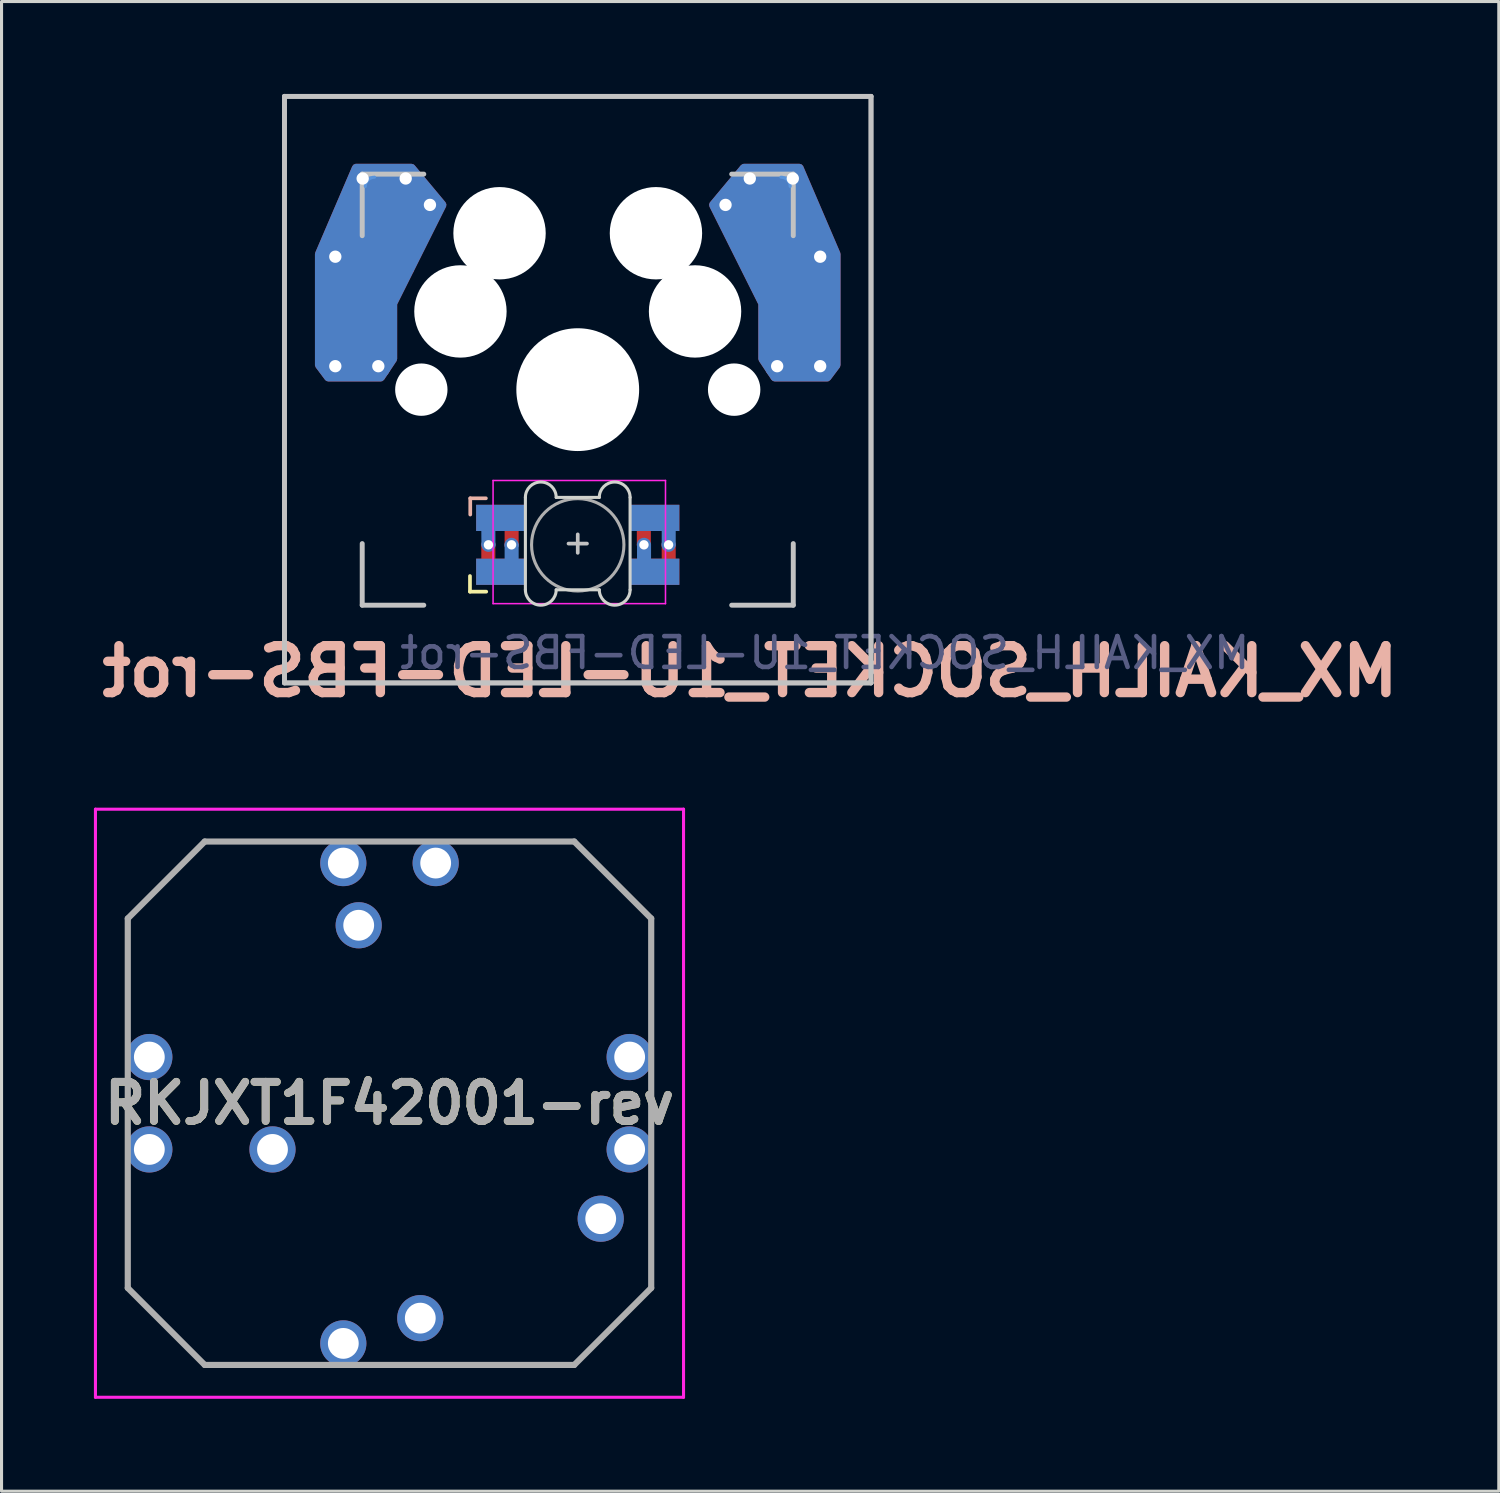
<source format=kicad_pcb>
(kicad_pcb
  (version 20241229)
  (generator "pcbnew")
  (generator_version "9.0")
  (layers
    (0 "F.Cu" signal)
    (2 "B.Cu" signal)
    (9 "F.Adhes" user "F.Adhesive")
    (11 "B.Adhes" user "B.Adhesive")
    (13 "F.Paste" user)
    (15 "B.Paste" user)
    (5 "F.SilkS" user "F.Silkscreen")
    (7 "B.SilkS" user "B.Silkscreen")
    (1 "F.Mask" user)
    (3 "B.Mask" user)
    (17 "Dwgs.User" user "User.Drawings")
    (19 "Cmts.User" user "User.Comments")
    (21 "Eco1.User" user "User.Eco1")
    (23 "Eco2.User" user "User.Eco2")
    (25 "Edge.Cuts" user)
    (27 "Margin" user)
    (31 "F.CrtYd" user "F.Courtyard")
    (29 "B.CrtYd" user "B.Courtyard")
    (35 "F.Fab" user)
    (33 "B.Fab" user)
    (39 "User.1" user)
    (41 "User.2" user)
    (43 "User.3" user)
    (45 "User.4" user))
  (footprint "RKJXT1F42001-rev"
    (layer "F.Cu")
    (at 9.6 32.781)
    (property "Reference" "RKJXT1F42001-rev" (at 0 0 0) (layer "F.SilkS") (effects (font (size 1.27 1.27) (thickness 0.254))))
    (attr through_hole)
    (fp_line (start -8.5 -6) (end -6 -8.5) (stroke (width 0.1) (type solid)) (layer "F.SilkS"))
    (fp_line (start -8.5 -2.5) (end -8.5 -6) (stroke (width 0.1) (type solid)) (layer "F.SilkS"))
    (fp_line (start -8.5 -0.5) (end -8.5 0.5) (stroke (width 0.1) (type solid)) (layer "F.SilkS"))
    (fp_line (start -8.5 2.5) (end -8.5 6) (stroke (width 0.1) (type solid)) (layer "F.SilkS"))
    (fp_line (start -8.5 6) (end -6 8.5) (stroke (width 0.1) (type solid)) (layer "F.SilkS"))
    (fp_line (start -6 -8.5) (end -2.5 -8.5) (stroke (width 0.1) (type solid)) (layer "F.SilkS"))
    (fp_line (start -6 8.5) (end -2.5 8.5) (stroke (width 0.1) (type solid)) (layer "F.SilkS"))
    (fp_line (start -0.5 8.5) (end 6 8.5) (stroke (width 0.1) (type solid)) (layer "F.SilkS"))
    (fp_line (start 2.5 -8.5) (end 6 -8.5) (stroke (width 0.1) (type solid)) (layer "F.SilkS"))
    (fp_line (start 6 -8.5) (end 8.5 -6) (stroke (width 0.1) (type solid)) (layer "F.SilkS"))
    (fp_line (start 6 8.5) (end 8.5 6) (stroke (width 0.1) (type solid)) (layer "F.SilkS"))
    (fp_line (start 8.5 -6) (end 8.5 -2.5) (stroke (width 0.1) (type solid)) (layer "F.SilkS"))
    (fp_line (start 8.5 -0.5) (end 8.5 0.5) (stroke (width 0.1) (type solid)) (layer "F.SilkS"))
    (fp_line (start 8.5 6) (end 8.5 2.5) (stroke (width 0.1) (type solid)) (layer "F.SilkS"))
    (fp_line (start -9.55 -9.55) (end 9.55 -9.55) (stroke (width 0.1) (type solid)) (layer "F.CrtYd"))
    (fp_line (start -9.55 9.55) (end -9.55 -9.55) (stroke (width 0.1) (type solid)) (layer "F.CrtYd"))
    (fp_line (start 9.55 -9.55) (end 9.55 9.55) (stroke (width 0.1) (type solid)) (layer "F.CrtYd"))
    (fp_line (start 9.55 9.55) (end -9.55 9.55) (stroke (width 0.1) (type solid)) (layer "F.CrtYd"))
    (fp_line (start -8.5 -6) (end -8.5 6) (stroke (width 0.2) (type solid)) (layer "F.Fab"))
    (fp_line (start -8.5 -6) (end -6 -8.5) (stroke (width 0.2) (type solid)) (layer "F.Fab"))
    (fp_line (start -6 -8.5) (end 6 -8.5) (stroke (width 0.2) (type solid)) (layer "F.Fab"))
    (fp_line (start -6 8.5) (end -8.5 6) (stroke (width 0.2) (type solid)) (layer "F.Fab"))
    (fp_line (start -6 8.5) (end 6 8.5) (stroke (width 0.2) (type solid)) (layer "F.Fab"))
    (fp_line (start 6 -8.5) (end 8.5 -6) (stroke (width 0.2) (type solid)) (layer "F.Fab"))
    (fp_line (start 6 8.5) (end 8.5 6) (stroke (width 0.2) (type solid)) (layer "F.Fab"))
    (fp_line (start 8.5 6) (end 8.5 -6) (stroke (width 0.2) (type solid)) (layer "F.Fab"))
    (fp_text user "${REFERENCE}" (at 0 0 0) (layer "F.Fab") (effects (font (size 1.27 1.27) (thickness 0.254))))
    (fp_text user "ENCB" (at 4.95 -1.45 0) (unlocked yes) (layer "User.8") (effects (font (size 1 1) (thickness 0.15))))
    (fp_text user "GND" (at 4.5 3.8 0) (unlocked yes) (layer "User.8") (effects (font (size 1 1) (thickness 0.15))))
    (fp_text user "ENC A" (at -6.225 3.225 0) (unlocked yes) (layer "User.8") (effects (font (size 1 1) (thickness 0.15))))
    (fp_text user "B" (at 6.2 1.55 0) (unlocked yes) (layer "User.8") (effects (font (size 1 1) (thickness 0.15))))
    (fp_text user "C" (at 2.775 -7.65 0) (unlocked yes) (layer "User.8") (effects (font (size 1 1) (thickness 0.15))))
    (fp_text user "PUSH" (at 3.65 7.05 0) (unlocked yes) (layer "User.8") (effects (font (size 1 1) (thickness 0.15))))
    (fp_text user "COM" (at -3.25 -5.7 0) (unlocked yes) (layer "User.8") (effects (font (size 1 1) (thickness 0.15))))
    (fp_text user "ECOM" (at -4.3 -7.6 0) (unlocked yes) (layer "User.8") (effects (font (size 1 1) (thickness 0.15))))
    (fp_text user "A" (at -3.025 7.775 0) (unlocked yes) (layer "User.8") (effects (font (size 1 1) (thickness 0.15))))
    (fp_text user "D" (at -7.85 -2.975 0) (unlocked yes) (layer "User.8") (effects (font (size 1 1) (thickness 0.15))))
    (fp_text user "LUG" (at -3.725 0.05 0) (unlocked yes) (layer "User.8") (effects (font (size 1 1) (thickness 0.15))))
    (pad "1" thru_hole circle (at -1.5 7.8) (size 1.5 1.5) (drill 1) (layers "*.Cu" "*.Mask"))
    (pad "2" thru_hole circle (at 1 6.98) (size 1.5 1.5) (drill 1) (layers "*.Cu" "*.Mask"))
    (pad "3" thru_hole circle (at 6.86 3.75) (size 1.5 1.5) (drill 1) (layers "*.Cu" "*.Mask"))
    (pad "4" thru_hole circle (at 7.8 1.5) (size 1.5 1.5) (drill 1) (layers "*.Cu" "*.Mask"))
    (pad "5" thru_hole circle (at 7.8 -1.5) (size 1.5 1.5) (drill 1) (layers "*.Cu" "*.Mask"))
    (pad "6" thru_hole circle (at 1.5 -7.8) (size 1.5 1.5) (drill 1) (layers "*.Cu" "*.Mask"))
    (pad "7" thru_hole circle (at -1 -5.78) (size 1.5 1.5) (drill 1) (layers "*.Cu" "*.Mask"))
    (pad "8" thru_hole circle (at -1.5 -7.8) (size 1.5 1.5) (drill 1) (layers "*.Cu" "*.Mask"))
    (pad "9" thru_hole circle (at -7.8 -1.5) (size 1.5 1.5) (drill 1) (layers "*.Cu" "*.Mask"))
    (pad "10" thru_hole circle (at -7.8 1.5) (size 1.5 1.5) (drill 1) (layers "*.Cu" "*.Mask"))
    (pad "11" thru_hole circle (at -3.8 1.5) (size 1.5 1.5) (drill 1) (layers "*.Cu" "*.Mask")))
  (footprint "MX_KAILH_SOCKET_1U-LED-FBS-rot"
    (layer "F.Cu")
    (at 15.714 9.605)
    (property "Reference" "MX_KAILH_SOCKET_1U-LED-FBS-rot" (at 5.6 9.15 0) (layer "B.SilkS") (effects (font (size 1.524 1.524) (thickness 0.305)) (justify mirror)))
    (attr through_hole)
    (fp_poly (pts (xy -1.75 4.54) (xy -3.25 4.54) (xy -3.25 3.79) (xy -1.75 3.79)) (stroke (width 0.1) (type solid)) (fill yes) (layer "F.Mask"))
    (fp_poly (pts (xy 3.25 4.54) (xy 1.75 4.54) (xy 1.75 3.79) (xy 3.25 3.79)) (stroke (width 0.1) (type solid)) (fill yes) (layer "F.Mask"))
    (fp_poly (pts (xy 3.25 6.29) (xy 1.75 6.29) (xy 1.75 5.54) (xy 3.25 5.54)) (stroke (width 0.1) (type solid)) (fill yes) (layer "F.Mask"))
    (fp_poly (pts (xy -1.75 6.29) (xy -2.85 6.29) (xy -3.25 5.89) (xy -3.25 5.54) (xy -1.75 5.54)) (stroke (width 0.1) (type solid)) (fill yes) (layer "F.Mask"))
    (fp_poly (pts (xy -1.75 6.29) (xy -3.25 6.29) (xy -3.25 5.54) (xy -1.75 5.54)) (stroke (width 0.1) (type solid)) (fill yes) (layer "B.Mask"))
    (fp_poly (pts (xy 3.25 4.54) (xy 1.75 4.54) (xy 1.75 3.79) (xy 3.25 3.79)) (stroke (width 0.1) (type solid)) (fill yes) (layer "B.Mask"))
    (fp_poly (pts (xy 3.25 6.29) (xy 1.75 6.29) (xy 1.75 5.54) (xy 3.25 5.54)) (stroke (width 0.1) (type solid)) (fill yes) (layer "B.Mask"))
    (fp_poly (pts (xy -1.75 4.54) (xy -3.25 4.54) (xy -3.25 4.215) (xy -2.85 3.79) (xy -1.75 3.79)) (stroke (width 0.1) (type solid)) (fill yes) (layer "B.Mask"))
    (fp_line (start -3.5 6.053) (end -3.5 6.561) (stroke (width 0.12) (type solid)) (layer "F.SilkS"))
    (fp_line (start -3.5 6.561) (end -2.972 6.561) (stroke (width 0.12) (type solid)) (layer "F.SilkS"))
    (fp_line (start -3.491 3.529) (end -3.491 4.057) (stroke (width 0.12) (type solid)) (layer "B.SilkS"))
    (fp_line (start -2.983 3.529) (end -3.491 3.529) (stroke (width 0.12) (type solid)) (layer "B.SilkS"))
    (fp_line (start -9.525 -9.525) (end 9.525 -9.525) (stroke (width 0.15) (type solid)) (layer "Dwgs.User"))
    (fp_line (start -9.525 -9.525) (end 9.525 -9.525) (stroke (width 0.16) (type solid)) (layer "Dwgs.User"))
    (fp_line (start -9.525 9.525) (end -9.525 -9.525) (stroke (width 0.15) (type solid)) (layer "Dwgs.User"))
    (fp_line (start -9.525 9.525) (end -9.525 -9.525) (stroke (width 0.16) (type solid)) (layer "Dwgs.User"))
    (fp_line (start -7 -7) (end -7 -5) (stroke (width 0.16) (type solid)) (layer "Dwgs.User"))
    (fp_line (start -7 5) (end -7 7) (stroke (width 0.16) (type solid)) (layer "Dwgs.User"))
    (fp_line (start -7 7) (end -5 7) (stroke (width 0.16) (type solid)) (layer "Dwgs.User"))
    (fp_line (start -5 -7) (end -7 -7) (stroke (width 0.16) (type solid)) (layer "Dwgs.User"))
    (fp_line (start 0 4.7) (end 0 5.3) (stroke (width 0.12) (type solid)) (layer "Dwgs.User"))
    (fp_line (start 0.3 5) (end -0.3 5) (stroke (width 0.12) (type solid)) (layer "Dwgs.User"))
    (fp_line (start 5 -7) (end 7 -7) (stroke (width 0.16) (type solid)) (layer "Dwgs.User"))
    (fp_line (start 5 7) (end 7 7) (stroke (width 0.16) (type solid)) (layer "Dwgs.User"))
    (fp_line (start 7 -7) (end 7 -5) (stroke (width 0.16) (type solid)) (layer "Dwgs.User"))
    (fp_line (start 7 7) (end 7 5) (stroke (width 0.16) (type solid)) (layer "Dwgs.User"))
    (fp_line (start 9.525 -9.525) (end 9.525 9.525) (stroke (width 0.15) (type solid)) (layer "Dwgs.User"))
    (fp_line (start 9.525 -9.525) (end 9.525 9.525) (stroke (width 0.16) (type solid)) (layer "Dwgs.User"))
    (fp_line (start 9.525 9.525) (end -9.525 9.525) (stroke (width 0.15) (type solid)) (layer "Dwgs.User"))
    (fp_line (start 9.525 9.525) (end -9.525 9.525) (stroke (width 0.16) (type solid)) (layer "Dwgs.User"))
    (fp_line (start -1.191 -1.191) (end 1.191 1.191) (stroke (width 0.16) (type solid)) (layer "Cmts.User"))
    (fp_line (start -1.191 1.191) (end 1.191 -1.191) (stroke (width 0.16) (type solid)) (layer "Cmts.User"))
    (fp_arc (start -6.9 -6.6) (mid -6.812132 -6.812132) (end -6.6 -6.9) (stroke (width 0.1) (type solid)) (layer "Cmts.User"))
    (fp_arc (start 6.6 -6.9) (mid 6.812132 -6.812132) (end 6.9 -6.6) (stroke (width 0.1) (type solid)) (layer "Cmts.User"))
    (fp_arc (start -6.95 -6.65) (mid -6.862132 -6.862132) (end -6.65 -6.95) (stroke (width 0.1) (type solid)) (layer "Eco1.User"))
    (fp_arc (start 6.65 -6.95) (mid 6.862132 -6.862132) (end 6.95 -6.65) (stroke (width 0.1) (type solid)) (layer "Eco1.User"))
    (fp_line (start -9 -9) (end 9 -9) (stroke (width 0.12) (type solid)) (layer "Eco2.User"))
    (fp_line (start -9 9) (end -9 -9) (stroke (width 0.12) (type solid)) (layer "Eco2.User"))
    (fp_line (start 9 -9) (end 9 9) (stroke (width 0.12) (type solid)) (layer "Eco2.User"))
    (fp_line (start 9 9) (end -9 9) (stroke (width 0.12) (type solid)) (layer "Eco2.User"))
    (fp_line (start -1.7 3.5) (end -1.7 6.5) (stroke (width 0.1) (type solid)) (layer "Edge.Cuts"))
    (fp_line (start 0.7 3.5) (end -0.7 3.5) (stroke (width 0.1) (type solid)) (layer "Edge.Cuts"))
    (fp_line (start 0.7 6.5) (end -0.7 6.5) (stroke (width 0.1) (type solid)) (layer "Edge.Cuts"))
    (fp_line (start 1.7 6.5) (end 1.7 3.5) (stroke (width 0.1) (type solid)) (layer "Edge.Cuts"))
    (fp_arc (start -1.7 3.5) (mid -1.2 3) (end -0.7 3.5) (stroke (width 0.1) (type solid)) (layer "Edge.Cuts"))
    (fp_arc (start -0.7 6.5) (mid -1.2 7) (end -1.7 6.5) (stroke (width 0.1) (type solid)) (layer "Edge.Cuts"))
    (fp_arc (start 0.7 3.5) (mid 1.2 3) (end 1.7 3.5) (stroke (width 0.1) (type solid)) (layer "Edge.Cuts"))
    (fp_arc (start 1.7 6.5) (mid 1.2 7) (end 0.7 6.5) (stroke (width 0.1) (type solid)) (layer "Edge.Cuts"))
    (fp_line (start -2.75 2.95) (end -2.75 6.95) (stroke (width 0.05) (type solid)) (layer "F.CrtYd"))
    (fp_line (start -2.75 6.95) (end 2.85 6.95) (stroke (width 0.05) (type solid)) (layer "F.CrtYd"))
    (fp_line (start 2.85 2.95) (end -2.75 2.95) (stroke (width 0.05) (type solid)) (layer "F.CrtYd"))
    (fp_line (start 2.85 6.95) (end 2.85 2.95) (stroke (width 0.05) (type solid)) (layer "F.CrtYd"))
    (fp_circle (center 0 5.04) (end 0 6.54) (stroke (width 0.1) (type solid)) (fill no) (layer "F.Fab"))
    (fp_text user "${REFERENCE}" (at 8.025 8.55 0) (layer "B.Fab") (effects (font (size 1 1) (thickness 0.15)) (justify mirror)))
    (pad "" np_thru_hole circle (at -5.08 0) (size 1.7 1.7) (drill 1.7) (layers "*.Cu" "*.Mask"))
    (pad "" np_thru_hole circle (at -3.81 -2.54) (size 3 3) (drill 3) (layers "*.Cu" "*.Mask"))
    (pad "" np_thru_hole circle (at -2.54 -5.08) (size 3 3) (drill 3) (layers "*.Cu" "*.Mask"))
    (pad "" np_thru_hole circle (at 0 0) (size 3.988 3.988) (drill 3.988) (layers "*.Cu" "*.Mask"))
    (pad "" np_thru_hole circle (at 2.54 -5.08) (size 3 3) (drill 3) (layers "*.Cu" "*.Mask"))
    (pad "" np_thru_hole circle (at 3.81 -2.54) (size 3 3) (drill 3) (layers "*.Cu" "*.Mask"))
    (pad "" np_thru_hole circle (at 5.08 0) (size 1.702 1.702) (drill 1.702) (layers "*.Cu" "*.Mask"))
    (pad "1" thru_hole circle (at 2.15 5.04) (size 0.457 0.457) (drill 0.305) (layers "*.Cu"))
    (pad "1" smd custom (at 2.5 4.165 180) (size 1.6 0.85) (layers "F.Cu") (options (anchor rect)) (primitives (gr_poly (pts (xy 0.531 -0.275) (xy 0.175 -0.275) (xy 0.175 -0.898) (xy 0.531 -0.898)) (width 0.1) (fill yes))))
    (pad "1" smd custom (at 2.5 5.915 180) (size 1.6 0.85) (layers "B.Cu") (options (anchor rect)) (primitives (gr_poly (pts (xy 0.525 0.896) (xy 0.169 0.896) (xy 0.169 0.325) (xy 0.525 0.325)) (width 0.1) (fill yes))))
    (pad "2" smd custom (at 2.5 4.165) (size 1.6 0.85) (layers "B.Cu") (options (anchor rect)) (primitives (gr_poly (pts (xy 0.632 0.888) (xy 0.277 0.888) (xy 0.277 0.325) (xy 0.632 0.325)) (width 0.1) (fill yes))))
    (pad "2" smd custom (at 2.5 5.915) (size 1.6 0.85) (layers "F.Cu") (options (anchor rect)) (primitives (gr_poly (pts (xy 0.632 -0.296) (xy 0.277 -0.296) (xy 0.277 -0.869) (xy 0.632 -0.869)) (width 0.1) (fill yes))))
    (pad "2" thru_hole circle (at 2.95 5.04) (size 0.457 0.457) (drill 0.305) (layers "*.Cu"))
    (pad "3" thru_hole circle (at -2.9 5.04) (size 0.457 0.457) (drill 0.305) (layers "*.Cu"))
    (pad "3" smd custom (at -2.5 4.165) (size 1.6 0.85) (layers "B.Cu") (options (anchor rect)) (primitives (gr_poly (pts (xy -0.222 0.888) (xy -0.578 0.888) (xy -0.582 0.325) (xy -0.226 0.325)) (width 0.1) (fill yes))))
    (pad "3" smd custom (at -2.5 5.915) (size 1.6 0.85) (layers "F.Cu") (options (anchor rect)) (primitives (gr_poly (pts (xy -0.226 -0.354) (xy -0.582 -0.354) (xy -0.582 -0.887) (xy -0.226 -0.887)) (width 0.1) (fill yes))))
    (pad "4" smd custom (at -2.5 4.165 180) (size 1.6 0.85) (layers "F.Cu") (options (anchor rect)) (primitives (gr_poly (pts (xy -0.175 -0.175) (xy -0.531 -0.178) (xy -0.531 -0.903) (xy -0.175 -0.906)) (width 0.1) (fill yes))))
    (pad "4" smd custom (at -2.5 5.915 180) (size 1.6 0.85) (layers "B.Cu") (options (anchor rect)) (primitives (gr_poly (pts (xy -0.175 0.886) (xy -0.531 0.886) (xy -0.531 0.175) (xy -0.175 0.175)) (width 0.1) (fill yes))))
    (pad "4" thru_hole circle (at -2.15 5.04) (size 0.457 0.457) (drill 0.305) (layers "*.Cu"))
    (pad "5" thru_hole circle (at -7.874 -4.318) (size 0.8 0.8) (drill 0.4) (layers "*.Cu"))
    (pad "5" thru_hole circle (at -7.874 -0.762) (size 0.8 0.8) (drill 0.4) (layers "*.Cu"))
    (pad "5" smd custom (at -7.285 -2.54 180) (size 2.35 2.5) (layers "B.Cu") (options (anchor rect)) (primitives (gr_poly (pts (xy 1.115 -1.74) (xy 1.115 1.86) (xy -0.085 4.66) (xy -1.885 4.66) (xy -2.885 3.46) (xy -1.285 0.26) (xy -1.285 -1.54) (xy -0.885 -2.14) (xy 0.815 -2.14)) (width 0.27) (fill yes))))
    (pad "5" smd rect (at -7.2 -2.54 180) (size 2.35 2.5) (layers "B.Cu" "B.Mask"))
    (pad "5" thru_hole circle (at -6.985 -6.858) (size 0.8 0.8) (drill 0.4) (layers "*.Cu"))
    (pad "5" smd custom (at -6.499 -5.067 180) (size 2.15 2.5) (layers "F.Cu") (options (anchor rect)) (primitives (gr_poly (pts (xy 1.901 -4.267) (xy 1.901 -0.667) (xy 0.701 2.133) (xy -1.099 2.133) (xy -2.099 0.933) (xy -0.499 -2.267) (xy -0.499 -4.067) (xy -0.099 -4.667) (xy 1.601 -4.667)) (width 0.27) (fill yes))))
    (pad "5" thru_hole circle (at -6.477 -0.762) (size 0.8 0.8) (drill 0.4) (layers "*.Cu"))
    (pad "5" smd rect (at -6.399 -5.067 180) (size 2.15 2.5) (layers "F.Cu" "F.Mask"))
    (pad "5" thru_hole circle (at -5.588 -6.858) (size 0.8 0.8) (drill 0.4) (layers "*.Cu"))
    (pad "5" thru_hole circle (at -4.8 -6) (size 0.8 0.8) (drill 0.4) (layers "*.Cu"))
    (pad "6" thru_hole circle (at 4.8 -6) (size 0.8 0.8) (drill 0.4) (layers "*.Cu"))
    (pad "6" thru_hole circle (at 5.588 -6.858) (size 0.8 0.8) (drill 0.4) (layers "*.Cu"))
    (pad "6" smd rect (at 6.425 -5.067) (size 2.15 2.5) (layers "B.Cu" "B.Mask"))
    (pad "6" smd custom (at 6.425 -5.067 180) (size 2.15 2.5) (layers "B.Cu") (options (anchor rect)) (primitives (gr_poly (pts (xy 0.425 -4.067) (xy 0.425 -2.267) (xy 2.025 0.933) (xy 1.025 2.133) (xy -0.775 2.133) (xy -1.975 -0.667) (xy -1.975 -4.267) (xy -1.675 -4.667) (xy 0.025 -4.667)) (width 0.27) (fill yes))))
    (pad "6" thru_hole circle (at 6.477 -0.762) (size 0.8 0.8) (drill 0.4) (layers "*.Cu"))
    (pad "6" thru_hole circle (at 6.985 -6.858) (size 0.8 0.8) (drill 0.4) (layers "*.Cu"))
    (pad "6" smd rect (at 7.212 -2.54) (size 2.35 2.5) (layers "F.Cu" "F.Mask"))
    (pad "6" smd custom (at 7.212 -2.54 180) (size 2.35 2.5) (layers "F.Cu") (options (anchor rect)) (primitives (gr_poly (pts (xy 1.212 -1.54) (xy 1.212 0.26) (xy 2.812 3.46) (xy 1.812 4.66) (xy 0.012 4.66) (xy -1.188 1.86) (xy -1.188 -1.74) (xy -0.888 -2.14) (xy 0.812 -2.14)) (width 0.27) (fill yes))))
    (pad "6" thru_hole circle (at 7.874 -4.318) (size 0.8 0.8) (drill 0.4) (layers "*.Cu"))
    (pad "6" thru_hole circle (at 7.874 -0.762) (size 0.8 0.8) (drill 0.4) (layers "*.Cu")))
  (gr_rect
    (start -3 -3)
    (end 45.628 45.381)
    (stroke (width 0.1) (type default))
    (fill no)
    (layer "Edge.Cuts")))
</source>
